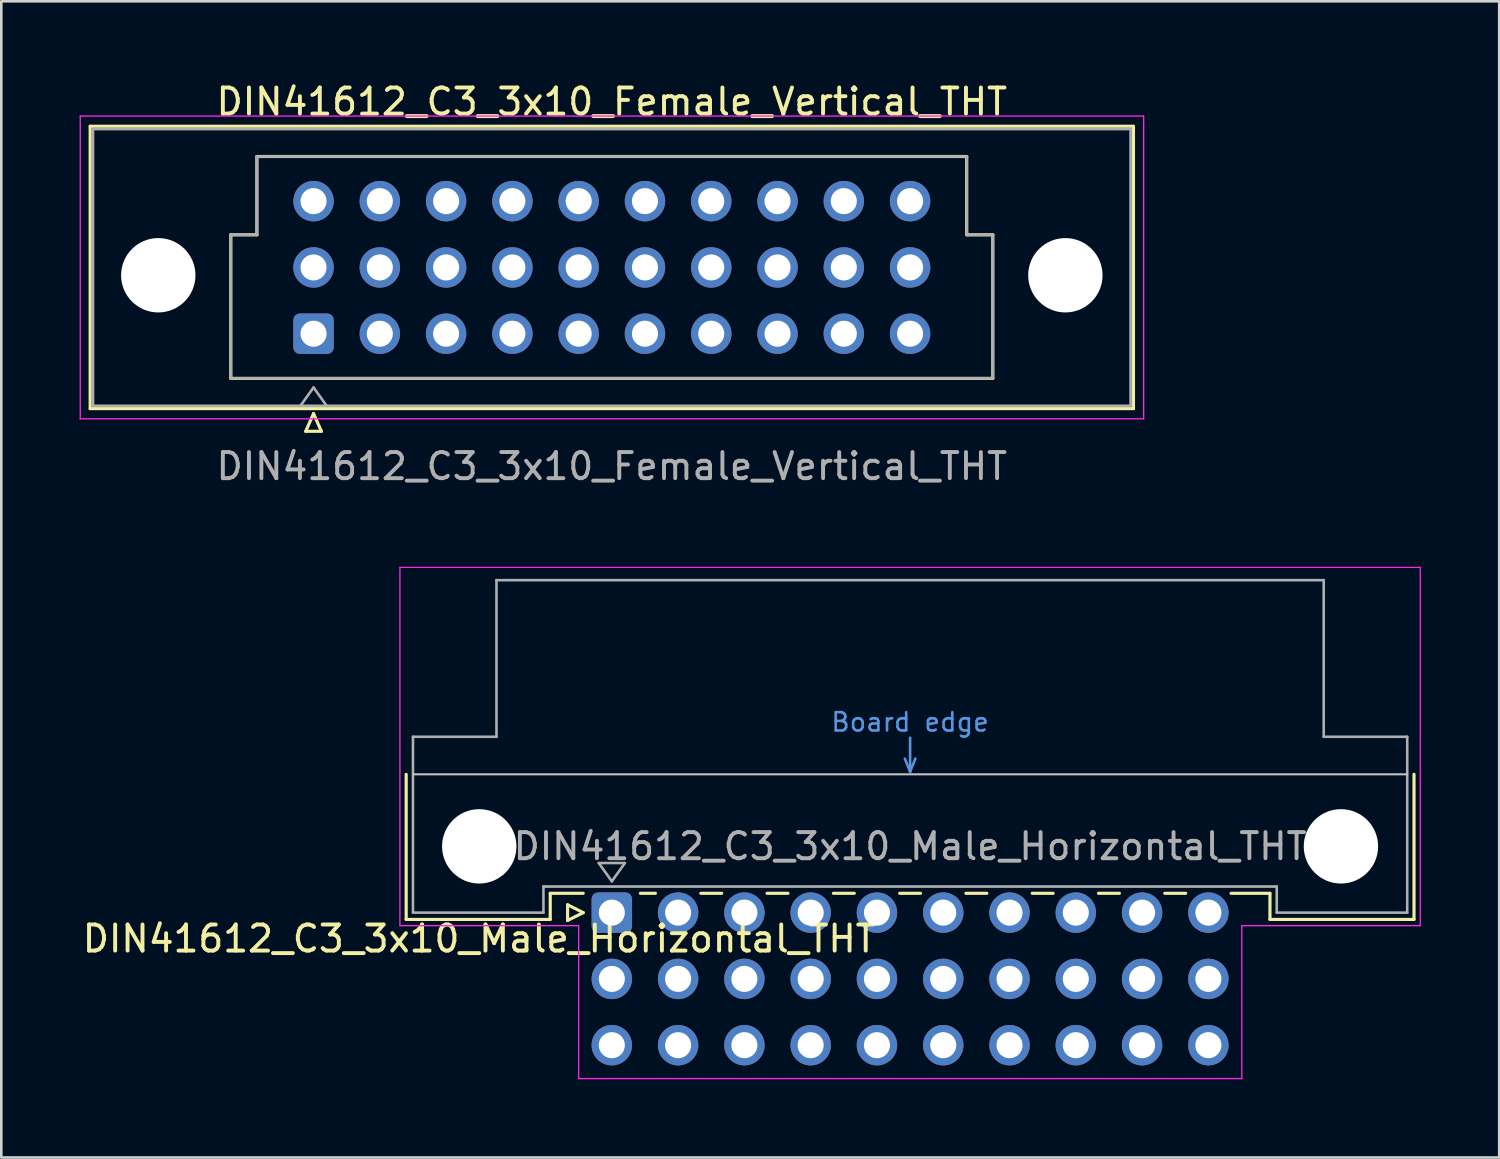
<source format=kicad_pcb>
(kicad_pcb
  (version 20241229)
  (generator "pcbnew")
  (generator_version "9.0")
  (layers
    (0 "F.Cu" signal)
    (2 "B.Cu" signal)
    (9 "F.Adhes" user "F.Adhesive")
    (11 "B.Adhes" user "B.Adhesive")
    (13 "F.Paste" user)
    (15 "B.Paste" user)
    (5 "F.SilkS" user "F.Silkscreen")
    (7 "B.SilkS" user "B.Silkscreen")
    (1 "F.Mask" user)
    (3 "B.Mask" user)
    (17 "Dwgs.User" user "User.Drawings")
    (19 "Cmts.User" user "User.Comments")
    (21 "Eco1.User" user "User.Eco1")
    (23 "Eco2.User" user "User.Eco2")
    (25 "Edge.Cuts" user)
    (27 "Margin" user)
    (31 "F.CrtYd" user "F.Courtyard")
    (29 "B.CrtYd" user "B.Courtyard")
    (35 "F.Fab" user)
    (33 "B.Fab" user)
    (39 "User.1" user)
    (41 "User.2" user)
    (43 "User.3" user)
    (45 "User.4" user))
  (footprint "DIN41612_C3_3x10_Male_Horizontal_THT"
    (layer "F.Cu")
    (at 20.395 31.922)
    (property "Reference" "DIN41612_C3_3x10_Male_Horizontal_THT" (at -5.08 1 0) (layer "F.SilkS") (effects (font (size 1 1) (thickness 0.15))))
    (attr through_hole)
    (fp_line (start -7.88 -5.3) (end -7.88 0.26) (stroke (width 0.12) (type solid)) (layer "F.SilkS"))
    (fp_line (start -7.88 0.26) (end -2.36 0.26) (stroke (width 0.12) (type solid)) (layer "F.SilkS"))
    (fp_line (start -2.361 -0.74) (end -1.095 -0.74) (stroke (width 0.12) (type solid)) (layer "F.SilkS"))
    (fp_line (start -2.36 0.26) (end -2.36 -0.74) (stroke (width 0.12) (type solid)) (layer "F.SilkS"))
    (fp_line (start -1.695 -0.3) (end -1.695 0.3) (stroke (width 0.12) (type solid)) (layer "F.SilkS"))
    (fp_line (start -1.695 0.3) (end -1.095 0) (stroke (width 0.12) (type solid)) (layer "F.SilkS"))
    (fp_line (start -1.095 0) (end -1.695 -0.3) (stroke (width 0.12) (type solid)) (layer "F.SilkS"))
    (fp_line (start 1.095 -0.74) (end 1.671 -0.74) (stroke (width 0.12) (type solid)) (layer "F.SilkS"))
    (fp_line (start 3.41 -0.74) (end 4.211 -0.74) (stroke (width 0.12) (type solid)) (layer "F.SilkS"))
    (fp_line (start 5.95 -0.74) (end 6.751 -0.74) (stroke (width 0.12) (type solid)) (layer "F.SilkS"))
    (fp_line (start 8.49 -0.74) (end 9.291 -0.74) (stroke (width 0.12) (type solid)) (layer "F.SilkS"))
    (fp_line (start 11.03 -0.74) (end 11.831 -0.74) (stroke (width 0.12) (type solid)) (layer "F.SilkS"))
    (fp_line (start 13.57 -0.74) (end 14.371 -0.74) (stroke (width 0.12) (type solid)) (layer "F.SilkS"))
    (fp_line (start 16.11 -0.74) (end 16.911 -0.74) (stroke (width 0.12) (type solid)) (layer "F.SilkS"))
    (fp_line (start 18.65 -0.74) (end 19.451 -0.74) (stroke (width 0.12) (type solid)) (layer "F.SilkS"))
    (fp_line (start 21.19 -0.74) (end 21.991 -0.74) (stroke (width 0.12) (type solid)) (layer "F.SilkS"))
    (fp_line (start 23.73 -0.74) (end 25.22 -0.74) (stroke (width 0.12) (type solid)) (layer "F.SilkS"))
    (fp_line (start 25.22 0.26) (end 25.22 -0.74) (stroke (width 0.12) (type solid)) (layer "F.SilkS"))
    (fp_line (start 30.74 -5.3) (end 30.74 0.26) (stroke (width 0.12) (type solid)) (layer "F.SilkS"))
    (fp_line (start 30.74 0.26) (end 25.22 0.26) (stroke (width 0.12) (type solid)) (layer "F.SilkS"))
    (fp_line (start -7.62 -5.3) (end 30.48 -5.3) (stroke (width 0.08) (type solid)) (layer "Dwgs.User"))
    (fp_line (start 11.23 -5.9) (end 11.43 -5.4) (stroke (width 0.1) (type solid)) (layer "Cmts.User"))
    (fp_line (start 11.43 -5.4) (end 11.43 -6.7) (stroke (width 0.1) (type solid)) (layer "Cmts.User"))
    (fp_line (start 11.43 -5.4) (end 11.63 -5.9) (stroke (width 0.1) (type solid)) (layer "Cmts.User"))
    (fp_line (start -8.12 -13.23) (end -8.12 0.5) (stroke (width 0.05) (type solid)) (layer "F.CrtYd"))
    (fp_line (start -8.12 0.5) (end -1.27 0.5) (stroke (width 0.05) (type solid)) (layer "F.CrtYd"))
    (fp_line (start -1.27 0.5) (end -1.27 6.36) (stroke (width 0.05) (type solid)) (layer "F.CrtYd"))
    (fp_line (start -1.27 6.36) (end 24.14 6.36) (stroke (width 0.05) (type solid)) (layer "F.CrtYd"))
    (fp_line (start 24.14 0.5) (end 30.98 0.5) (stroke (width 0.05) (type solid)) (layer "F.CrtYd"))
    (fp_line (start 24.14 6.36) (end 24.14 0.5) (stroke (width 0.05) (type solid)) (layer "F.CrtYd"))
    (fp_line (start 30.98 -13.23) (end -8.12 -13.23) (stroke (width 0.05) (type solid)) (layer "F.CrtYd"))
    (fp_line (start 30.98 0.5) (end 30.98 -13.23) (stroke (width 0.05) (type solid)) (layer "F.CrtYd"))
    (fp_line (start -7.62 -6.74) (end -7.62 0) (stroke (width 0.1) (type solid)) (layer "F.Fab"))
    (fp_line (start -7.62 0) (end -2.62 0) (stroke (width 0.1) (type solid)) (layer "F.Fab"))
    (fp_line (start -4.42 -12.74) (end -4.42 -6.74) (stroke (width 0.1) (type solid)) (layer "F.Fab"))
    (fp_line (start -4.42 -6.74) (end -7.62 -6.74) (stroke (width 0.1) (type solid)) (layer "F.Fab"))
    (fp_line (start -2.62 -1) (end 25.48 -1) (stroke (width 0.1) (type solid)) (layer "F.Fab"))
    (fp_line (start -2.62 0) (end -2.62 -1) (stroke (width 0.1) (type solid)) (layer "F.Fab"))
    (fp_line (start -0.5 -1.9) (end 0.5 -1.9) (stroke (width 0.1) (type solid)) (layer "F.Fab"))
    (fp_line (start 0 -1.2) (end -0.5 -1.9) (stroke (width 0.1) (type solid)) (layer "F.Fab"))
    (fp_line (start 0.5 -1.9) (end 0 -1.2) (stroke (width 0.1) (type solid)) (layer "F.Fab"))
    (fp_line (start 25.48 -1) (end 25.48 0) (stroke (width 0.1) (type solid)) (layer "F.Fab"))
    (fp_line (start 25.48 0) (end 30.48 0) (stroke (width 0.1) (type solid)) (layer "F.Fab"))
    (fp_line (start 27.28 -12.74) (end -4.42 -12.74) (stroke (width 0.1) (type solid)) (layer "F.Fab"))
    (fp_line (start 27.28 -6.74) (end 27.28 -12.74) (stroke (width 0.1) (type solid)) (layer "F.Fab"))
    (fp_line (start 30.48 -6.74) (end 27.28 -6.74) (stroke (width 0.1) (type solid)) (layer "F.Fab"))
    (fp_line (start 30.48 0) (end 30.48 -6.74) (stroke (width 0.1) (type solid)) (layer "F.Fab"))
    (fp_text user "Board edge" (at 11.43 -7.3 0) (layer "Cmts.User") (effects (font (size 0.7 0.7) (thickness 0.1))))
    (fp_text user "${REFERENCE}" (at 11.43 -2.54 0) (layer "F.Fab") (effects (font (size 1 1) (thickness 0.15))))
    (pad "" np_thru_hole circle (at -5.08 -2.54) (size 2.85 2.85) (drill 2.85) (layers "*.Cu" "*.Mask"))
    (pad "" np_thru_hole circle (at 27.94 -2.54) (size 2.85 2.85) (drill 2.85) (layers "*.Cu" "*.Mask"))
    (pad "A1" thru_hole roundrect (at 0 0) (size 1.55 1.55) (drill 1) (layers "*.Cu" "*.Mask") (roundrect_rratio 0.161))
    (pad "A2" thru_hole circle (at 2.54 0) (size 1.55 1.55) (drill 1) (layers "*.Cu" "*.Mask"))
    (pad "A3" thru_hole circle (at 5.08 0) (size 1.55 1.55) (drill 1) (layers "*.Cu" "*.Mask"))
    (pad "A4" thru_hole circle (at 7.62 0) (size 1.55 1.55) (drill 1) (layers "*.Cu" "*.Mask"))
    (pad "A5" thru_hole circle (at 10.16 0) (size 1.55 1.55) (drill 1) (layers "*.Cu" "*.Mask"))
    (pad "A6" thru_hole circle (at 12.7 0) (size 1.55 1.55) (drill 1) (layers "*.Cu" "*.Mask"))
    (pad "A7" thru_hole circle (at 15.24 0) (size 1.55 1.55) (drill 1) (layers "*.Cu" "*.Mask"))
    (pad "A8" thru_hole circle (at 17.78 0) (size 1.55 1.55) (drill 1) (layers "*.Cu" "*.Mask"))
    (pad "A9" thru_hole circle (at 20.32 0) (size 1.55 1.55) (drill 1) (layers "*.Cu" "*.Mask"))
    (pad "A10" thru_hole circle (at 22.86 0) (size 1.55 1.55) (drill 1) (layers "*.Cu" "*.Mask"))
    (pad "B1" thru_hole circle (at 0 2.54) (size 1.55 1.55) (drill 1) (layers "*.Cu" "*.Mask"))
    (pad "B2" thru_hole circle (at 2.54 2.54) (size 1.55 1.55) (drill 1) (layers "*.Cu" "*.Mask"))
    (pad "B3" thru_hole circle (at 5.08 2.54) (size 1.55 1.55) (drill 1) (layers "*.Cu" "*.Mask"))
    (pad "B4" thru_hole circle (at 7.62 2.54) (size 1.55 1.55) (drill 1) (layers "*.Cu" "*.Mask"))
    (pad "B5" thru_hole circle (at 10.16 2.54) (size 1.55 1.55) (drill 1) (layers "*.Cu" "*.Mask"))
    (pad "B6" thru_hole circle (at 12.7 2.54) (size 1.55 1.55) (drill 1) (layers "*.Cu" "*.Mask"))
    (pad "B7" thru_hole circle (at 15.24 2.54) (size 1.55 1.55) (drill 1) (layers "*.Cu" "*.Mask"))
    (pad "B8" thru_hole circle (at 17.78 2.54) (size 1.55 1.55) (drill 1) (layers "*.Cu" "*.Mask"))
    (pad "B9" thru_hole circle (at 20.32 2.54) (size 1.55 1.55) (drill 1) (layers "*.Cu" "*.Mask"))
    (pad "B10" thru_hole circle (at 22.86 2.54) (size 1.55 1.55) (drill 1) (layers "*.Cu" "*.Mask"))
    (pad "C1" thru_hole circle (at 0 5.08) (size 1.55 1.55) (drill 1) (layers "*.Cu" "*.Mask"))
    (pad "C2" thru_hole circle (at 2.54 5.08) (size 1.55 1.55) (drill 1) (layers "*.Cu" "*.Mask"))
    (pad "C3" thru_hole circle (at 5.08 5.08) (size 1.55 1.55) (drill 1) (layers "*.Cu" "*.Mask"))
    (pad "C4" thru_hole circle (at 7.62 5.08) (size 1.55 1.55) (drill 1) (layers "*.Cu" "*.Mask"))
    (pad "C5" thru_hole circle (at 10.16 5.08) (size 1.55 1.55) (drill 1) (layers "*.Cu" "*.Mask"))
    (pad "C6" thru_hole circle (at 12.7 5.08) (size 1.55 1.55) (drill 1) (layers "*.Cu" "*.Mask"))
    (pad "C7" thru_hole circle (at 15.24 5.08) (size 1.55 1.55) (drill 1) (layers "*.Cu" "*.Mask"))
    (pad "C8" thru_hole circle (at 17.78 5.08) (size 1.55 1.55) (drill 1) (layers "*.Cu" "*.Mask"))
    (pad "C9" thru_hole circle (at 20.32 5.08) (size 1.55 1.55) (drill 1) (layers "*.Cu" "*.Mask"))
    (pad "C10" thru_hole circle (at 22.86 5.08) (size 1.55 1.55) (drill 1) (layers "*.Cu" "*.Mask")))
  (footprint "DIN41612_C3_3x10_Female_Vertical_THT"
    (layer "F.Cu")
    (at 20.395 7.198)
    (property "Reference" "DIN41612_C3_3x10_Female_Vertical_THT" (at 0 -6.35 0) (layer "F.SilkS") (effects (font (size 1 1) (thickness 0.15))))
    (attr through_hole)
    (fp_line (start -19.99 -5.41) (end 19.99 -5.41) (stroke (width 0.12) (type solid)) (layer "F.SilkS"))
    (fp_line (start -19.99 5.41) (end -19.99 -5.41) (stroke (width 0.12) (type solid)) (layer "F.SilkS"))
    (fp_line (start -14.6 -1.25) (end -13.6 -1.25) (stroke (width 0.12) (type solid)) (layer "F.SilkS"))
    (fp_line (start -14.6 4.25) (end -14.6 -1.25) (stroke (width 0.12) (type solid)) (layer "F.SilkS"))
    (fp_line (start -13.6 -4.25) (end 13.6 -4.25) (stroke (width 0.12) (type solid)) (layer "F.SilkS"))
    (fp_line (start -13.6 -1.25) (end -13.6 -4.25) (stroke (width 0.12) (type solid)) (layer "F.SilkS"))
    (fp_line (start -11.73 6.28) (end -11.13 6.28) (stroke (width 0.12) (type solid)) (layer "F.SilkS"))
    (fp_line (start -11.43 5.6) (end -11.73 6.28) (stroke (width 0.12) (type solid)) (layer "F.SilkS"))
    (fp_line (start -11.13 6.28) (end -11.43 5.6) (stroke (width 0.12) (type solid)) (layer "F.SilkS"))
    (fp_line (start 13.6 -4.25) (end 13.6 -1.25) (stroke (width 0.12) (type solid)) (layer "F.SilkS"))
    (fp_line (start 13.6 -1.25) (end 14.6 -1.25) (stroke (width 0.12) (type solid)) (layer "F.SilkS"))
    (fp_line (start 14.6 -1.25) (end 14.6 4.25) (stroke (width 0.12) (type solid)) (layer "F.SilkS"))
    (fp_line (start 14.6 4.25) (end -14.6 4.25) (stroke (width 0.12) (type solid)) (layer "F.SilkS"))
    (fp_line (start 19.99 -5.41) (end 19.99 5.41) (stroke (width 0.12) (type solid)) (layer "F.SilkS"))
    (fp_line (start 19.99 5.41) (end -19.99 5.41) (stroke (width 0.12) (type solid)) (layer "F.SilkS"))
    (fp_line (start -20.37 -5.8) (end 20.38 -5.8) (stroke (width 0.05) (type solid)) (layer "F.CrtYd"))
    (fp_line (start -20.37 5.8) (end -20.37 -5.8) (stroke (width 0.05) (type solid)) (layer "F.CrtYd"))
    (fp_line (start 20.38 -5.8) (end 20.38 5.8) (stroke (width 0.05) (type solid)) (layer "F.CrtYd"))
    (fp_line (start 20.38 5.8) (end -20.37 5.8) (stroke (width 0.05) (type solid)) (layer "F.CrtYd"))
    (fp_line (start -19.88 -5.3) (end 19.88 -5.3) (stroke (width 0.1) (type solid)) (layer "F.Fab"))
    (fp_line (start -19.88 5.3) (end -19.88 -5.3) (stroke (width 0.1) (type solid)) (layer "F.Fab"))
    (fp_line (start -14.6 -1.25) (end -13.6 -1.25) (stroke (width 0.1) (type solid)) (layer "F.Fab"))
    (fp_line (start -14.6 4.25) (end -14.6 -1.25) (stroke (width 0.1) (type solid)) (layer "F.Fab"))
    (fp_line (start -13.6 -4.25) (end 13.6 -4.25) (stroke (width 0.1) (type solid)) (layer "F.Fab"))
    (fp_line (start -13.6 -1.25) (end -13.6 -4.25) (stroke (width 0.1) (type solid)) (layer "F.Fab"))
    (fp_line (start -11.93 5.3) (end -11.43 4.6) (stroke (width 0.1) (type solid)) (layer "F.Fab"))
    (fp_line (start -11.43 4.6) (end -10.93 5.3) (stroke (width 0.1) (type solid)) (layer "F.Fab"))
    (fp_line (start 13.6 -4.25) (end 13.6 -1.25) (stroke (width 0.1) (type solid)) (layer "F.Fab"))
    (fp_line (start 13.6 -1.25) (end 14.6 -1.25) (stroke (width 0.1) (type solid)) (layer "F.Fab"))
    (fp_line (start 14.6 -1.25) (end 14.6 4.25) (stroke (width 0.1) (type solid)) (layer "F.Fab"))
    (fp_line (start 14.6 4.25) (end -14.6 4.25) (stroke (width 0.1) (type solid)) (layer "F.Fab"))
    (fp_line (start 19.88 -5.3) (end 19.88 5.3) (stroke (width 0.1) (type solid)) (layer "F.Fab"))
    (fp_line (start 19.88 5.3) (end -19.88 5.3) (stroke (width 0.1) (type solid)) (layer "F.Fab"))
    (fp_text user "${REFERENCE}" (at 0 7.62 180) (layer "F.Fab") (effects (font (size 1 1) (thickness 0.15))))
    (pad "" np_thru_hole circle (at -17.38 0.3 90) (size 2.85 2.85) (drill 2.85) (layers "*.Cu" "*.Mask"))
    (pad "" np_thru_hole circle (at 17.38 0.3 90) (size 2.85 2.85) (drill 2.85) (layers "*.Cu" "*.Mask"))
    (pad "A1" thru_hole roundrect (at -11.43 2.54 90) (size 1.55 1.55) (drill 1) (layers "*.Cu" "*.Mask") (roundrect_rratio 0.161))
    (pad "A2" thru_hole circle (at -8.89 2.54 90) (size 1.55 1.55) (drill 1) (layers "*.Cu" "*.Mask"))
    (pad "A3" thru_hole circle (at -6.35 2.54 90) (size 1.55 1.55) (drill 1) (layers "*.Cu" "*.Mask"))
    (pad "A4" thru_hole circle (at -3.81 2.54 90) (size 1.55 1.55) (drill 1) (layers "*.Cu" "*.Mask"))
    (pad "A5" thru_hole circle (at -1.27 2.54 90) (size 1.55 1.55) (drill 1) (layers "*.Cu" "*.Mask"))
    (pad "A6" thru_hole circle (at 1.27 2.54 90) (size 1.55 1.55) (drill 1) (layers "*.Cu" "*.Mask"))
    (pad "A7" thru_hole circle (at 3.81 2.54 90) (size 1.55 1.55) (drill 1) (layers "*.Cu" "*.Mask"))
    (pad "A8" thru_hole circle (at 6.35 2.54 90) (size 1.55 1.55) (drill 1) (layers "*.Cu" "*.Mask"))
    (pad "A9" thru_hole circle (at 8.89 2.54 90) (size 1.55 1.55) (drill 1) (layers "*.Cu" "*.Mask"))
    (pad "A10" thru_hole circle (at 11.43 2.54 90) (size 1.55 1.55) (drill 1) (layers "*.Cu" "*.Mask"))
    (pad "B1" thru_hole circle (at -11.43 0 90) (size 1.55 1.55) (drill 1) (layers "*.Cu" "*.Mask"))
    (pad "B2" thru_hole circle (at -8.89 0 90) (size 1.55 1.55) (drill 1) (layers "*.Cu" "*.Mask"))
    (pad "B3" thru_hole circle (at -6.35 0 90) (size 1.55 1.55) (drill 1) (layers "*.Cu" "*.Mask"))
    (pad "B4" thru_hole circle (at -3.81 0 90) (size 1.55 1.55) (drill 1) (layers "*.Cu" "*.Mask"))
    (pad "B5" thru_hole circle (at -1.27 0 90) (size 1.55 1.55) (drill 1) (layers "*.Cu" "*.Mask"))
    (pad "B6" thru_hole circle (at 1.27 0 90) (size 1.55 1.55) (drill 1) (layers "*.Cu" "*.Mask"))
    (pad "B7" thru_hole circle (at 3.81 0 90) (size 1.55 1.55) (drill 1) (layers "*.Cu" "*.Mask"))
    (pad "B8" thru_hole circle (at 6.35 0 90) (size 1.55 1.55) (drill 1) (layers "*.Cu" "*.Mask"))
    (pad "B9" thru_hole circle (at 8.89 0 90) (size 1.55 1.55) (drill 1) (layers "*.Cu" "*.Mask"))
    (pad "B10" thru_hole circle (at 11.43 0 90) (size 1.55 1.55) (drill 1) (layers "*.Cu" "*.Mask"))
    (pad "C1" thru_hole circle (at -11.43 -2.54 90) (size 1.55 1.55) (drill 1) (layers "*.Cu" "*.Mask"))
    (pad "C2" thru_hole circle (at -8.89 -2.54 90) (size 1.55 1.55) (drill 1) (layers "*.Cu" "*.Mask"))
    (pad "C3" thru_hole circle (at -6.35 -2.54 90) (size 1.55 1.55) (drill 1) (layers "*.Cu" "*.Mask"))
    (pad "C4" thru_hole circle (at -3.81 -2.54 90) (size 1.55 1.55) (drill 1) (layers "*.Cu" "*.Mask"))
    (pad "C5" thru_hole circle (at -1.27 -2.54 90) (size 1.55 1.55) (drill 1) (layers "*.Cu" "*.Mask"))
    (pad "C6" thru_hole circle (at 1.27 -2.54 90) (size 1.55 1.55) (drill 1) (layers "*.Cu" "*.Mask"))
    (pad "C7" thru_hole circle (at 3.81 -2.54 90) (size 1.55 1.55) (drill 1) (layers "*.Cu" "*.Mask"))
    (pad "C8" thru_hole circle (at 6.35 -2.54 90) (size 1.55 1.55) (drill 1) (layers "*.Cu" "*.Mask"))
    (pad "C9" thru_hole circle (at 8.89 -2.54 90) (size 1.55 1.55) (drill 1) (layers "*.Cu" "*.Mask"))
    (pad "C10" thru_hole circle (at 11.43 -2.54 90) (size 1.55 1.55) (drill 1) (layers "*.Cu" "*.Mask")))
  (gr_rect
    (start -3 -3)
    (end 54.4 41.306)
    (stroke (width 0.1) (type default))
    (fill no)
    (layer "Edge.Cuts")))
</source>
